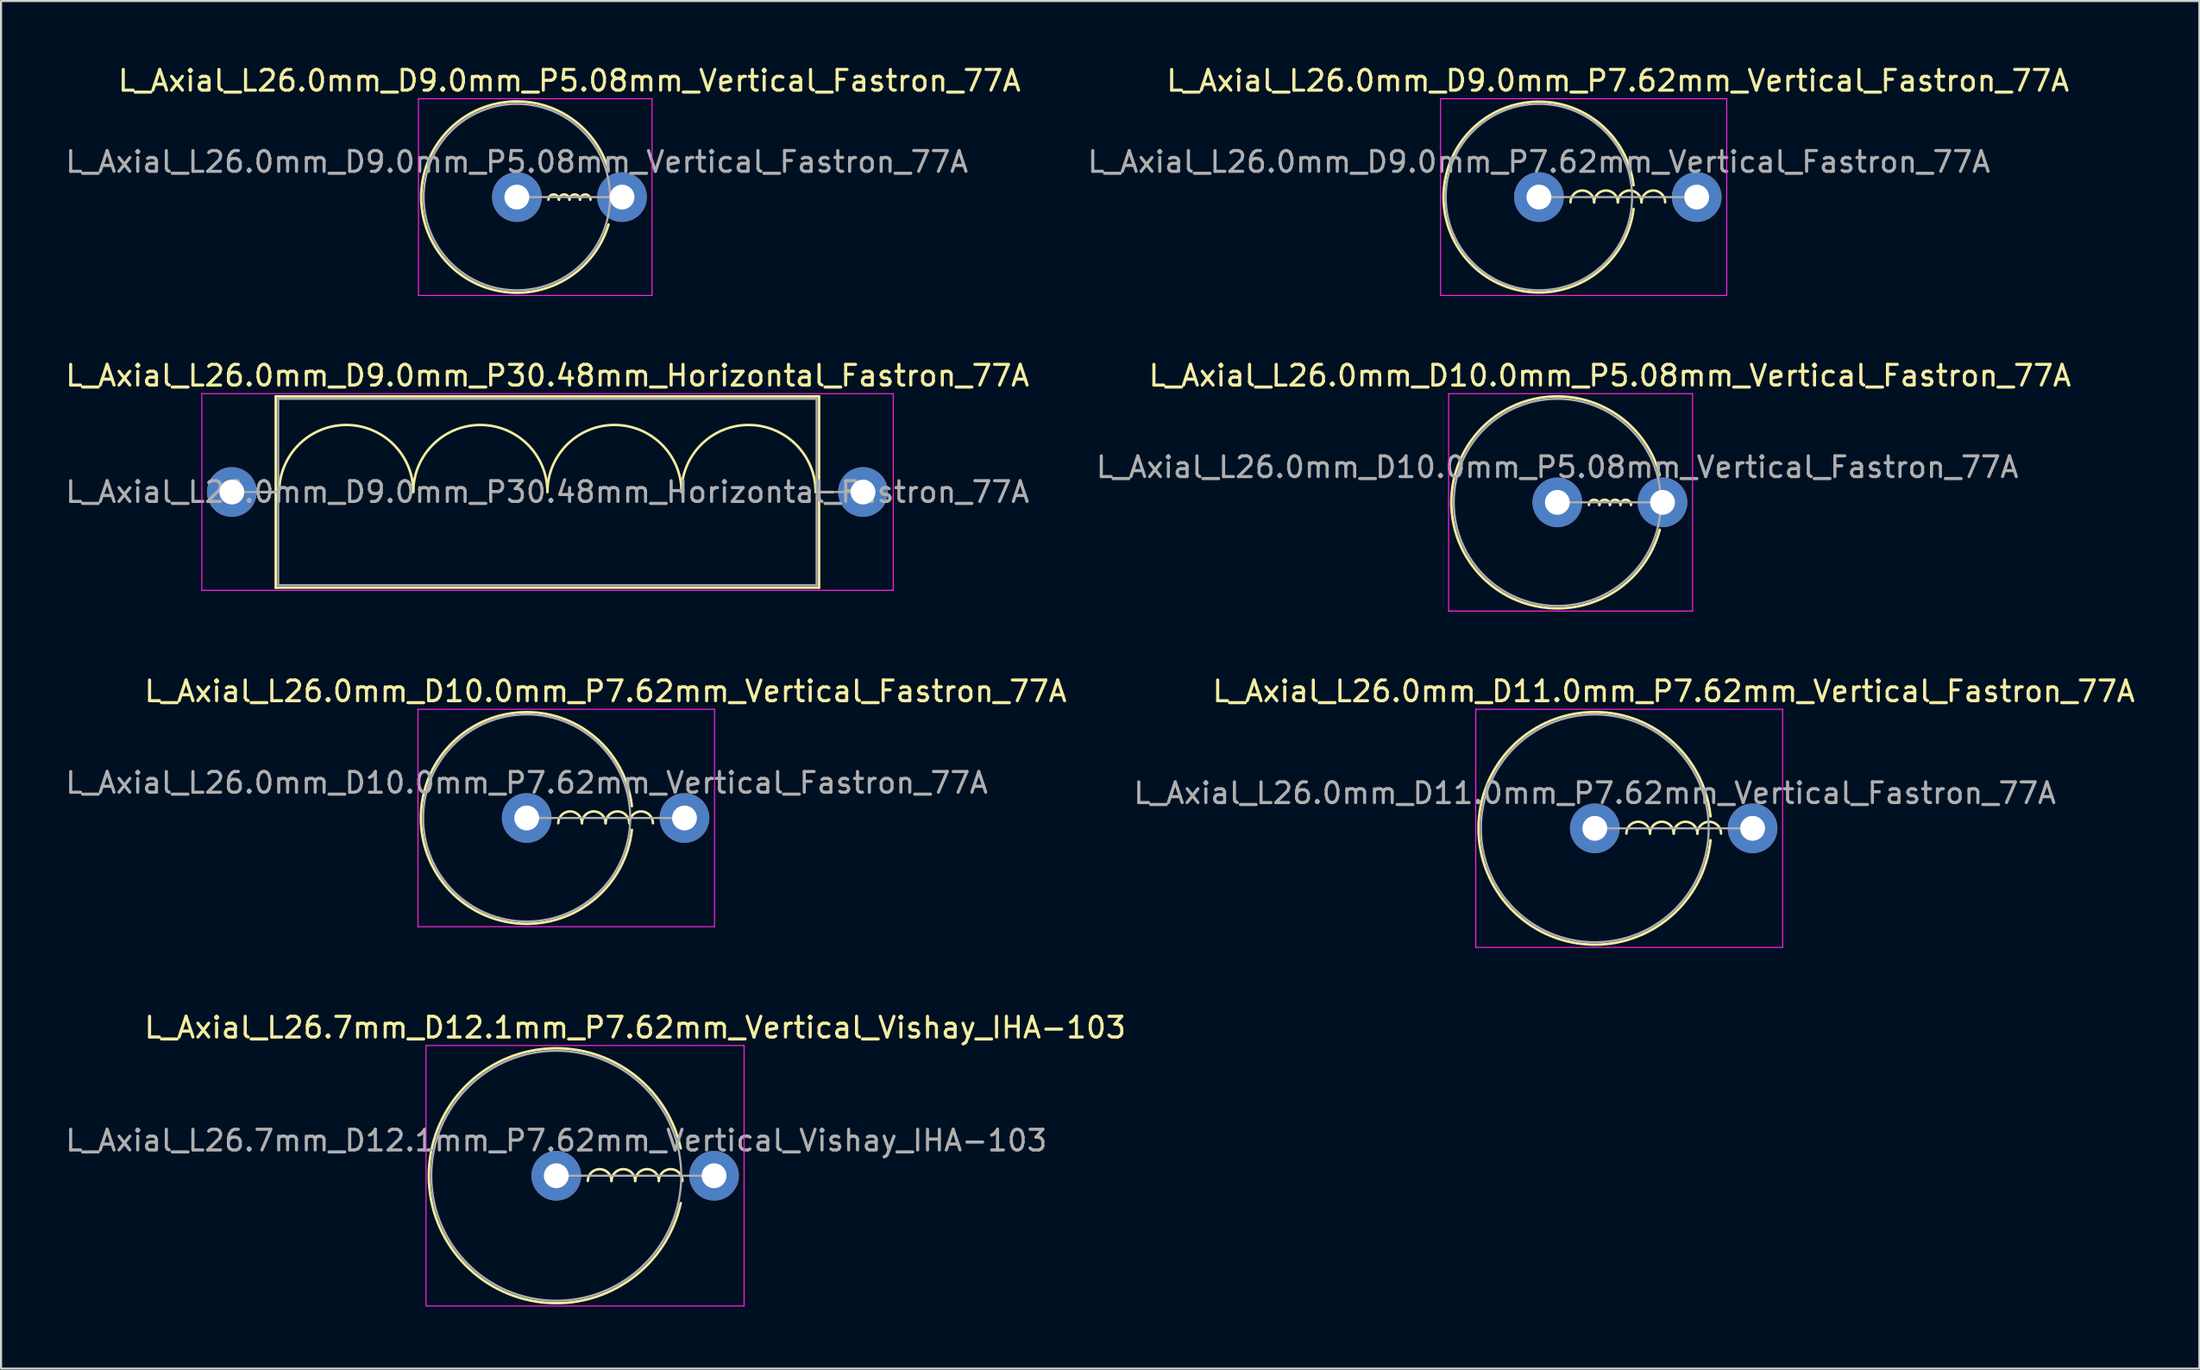
<source format=kicad_pcb>
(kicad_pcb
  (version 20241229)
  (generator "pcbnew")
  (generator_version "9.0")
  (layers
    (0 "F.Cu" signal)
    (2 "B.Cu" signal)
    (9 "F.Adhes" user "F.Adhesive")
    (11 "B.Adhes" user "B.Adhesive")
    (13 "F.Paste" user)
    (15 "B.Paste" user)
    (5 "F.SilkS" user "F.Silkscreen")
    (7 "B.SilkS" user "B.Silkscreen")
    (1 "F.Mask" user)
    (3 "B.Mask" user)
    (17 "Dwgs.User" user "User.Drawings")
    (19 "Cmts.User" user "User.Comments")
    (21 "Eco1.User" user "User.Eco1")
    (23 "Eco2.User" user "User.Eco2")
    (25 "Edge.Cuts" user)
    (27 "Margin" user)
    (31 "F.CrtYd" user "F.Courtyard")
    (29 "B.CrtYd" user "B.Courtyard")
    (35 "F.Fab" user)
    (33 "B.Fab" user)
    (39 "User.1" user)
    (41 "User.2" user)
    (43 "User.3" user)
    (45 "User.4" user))
  (footprint "L_Axial_L26.0mm_D9.0mm_P5.08mm_Vertical_Fastron_77A"
    (layer "F.Cu")
    (at 21.911 6.468)
    (property "Reference" "L_Axial_L26.0mm_D9.0mm_P5.08mm_Vertical_Fastron_77A" (at 2.54 -5.62 0) (layer "F.SilkS") (effects (font (size 1 1) (thickness 0.15))))
    (attr through_hole)
    (fp_arc (start 1.524 0.127) (mid 1.778 -0.127) (end 2.032 0.127) (stroke (width 0.12) (type solid)) (layer "F.SilkS"))
    (fp_arc (start 2.032 0.127) (mid 2.286 -0.127) (end 2.54 0.127) (stroke (width 0.12) (type solid)) (layer "F.SilkS"))
    (fp_arc (start 2.54 0.127) (mid 2.794 -0.127) (end 3.048 0.127) (stroke (width 0.12) (type solid)) (layer "F.SilkS"))
    (fp_arc (start 3.048 0.127) (mid 3.302 -0.127) (end 3.556 0.127) (stroke (width 0.12) (type solid)) (layer "F.SilkS"))
    (fp_arc (start 4.427415 1.32) (mid -4.62 0) (end 4.427415 -1.32) (stroke (width 0.12) (type solid)) (layer "F.SilkS"))
    (fp_line (start -4.75 -4.75) (end -4.75 4.75) (stroke (width 0.05) (type solid)) (layer "F.CrtYd"))
    (fp_line (start -4.75 4.75) (end 6.53 4.75) (stroke (width 0.05) (type solid)) (layer "F.CrtYd"))
    (fp_line (start 6.53 -4.75) (end -4.75 -4.75) (stroke (width 0.05) (type solid)) (layer "F.CrtYd"))
    (fp_line (start 6.53 4.75) (end 6.53 -4.75) (stroke (width 0.05) (type solid)) (layer "F.CrtYd"))
    (fp_line (start 0 0) (end 5.08 0) (stroke (width 0.1) (type solid)) (layer "F.Fab"))
    (fp_circle (center 0 0) (end 4.5 0) (stroke (width 0.1) (type solid)) (fill no) (layer "F.Fab"))
    (fp_text user "${REFERENCE}" (at 0 -1.7 0) (layer "F.Fab") (effects (font (size 1 1) (thickness 0.15))))
    (pad "1" thru_hole circle (at 0 0) (size 2.4 2.4) (drill 1.2) (layers "*.Cu" "*.Mask"))
    (pad "2" thru_hole oval (at 5.08 0) (size 2.4 2.4) (drill 1.2) (layers "*.Cu" "*.Mask")))
  (footprint "L_Axial_L26.7mm_D12.1mm_P7.62mm_Vertical_Vishay_IHA-103"
    (layer "F.Cu")
    (at 23.815 53.733)
    (property "Reference" "L_Axial_L26.7mm_D12.1mm_P7.62mm_Vertical_Vishay_IHA-103" (at 3.81 -7.155 0) (layer "F.SilkS") (effects (font (size 1 1) (thickness 0.15))))
    (attr through_hole)
    (fp_arc (start 1.524 0.254) (mid 2.0955 -0.3175) (end 2.667 0.254) (stroke (width 0.12) (type solid)) (layer "F.SilkS"))
    (fp_arc (start 2.667 0.254) (mid 3.2385 -0.3175) (end 3.81 0.254) (stroke (width 0.12) (type solid)) (layer "F.SilkS"))
    (fp_arc (start 3.81 0.254) (mid 4.3815 -0.3175) (end 4.953 0.254) (stroke (width 0.12) (type solid)) (layer "F.SilkS"))
    (fp_arc (start 4.953 0.254) (mid 5.5245 -0.3175) (end 6.096 0.254) (stroke (width 0.12) (type solid)) (layer "F.SilkS"))
    (fp_arc (start 6.01179 1.32) (mid -6.155 0) (end 6.01179 -1.32) (stroke (width 0.12) (type solid)) (layer "F.SilkS"))
    (fp_line (start -6.29 -6.29) (end -6.29 6.29) (stroke (width 0.05) (type solid)) (layer "F.CrtYd"))
    (fp_line (start -6.29 6.29) (end 9.07 6.29) (stroke (width 0.05) (type solid)) (layer "F.CrtYd"))
    (fp_line (start 9.07 -6.29) (end -6.29 -6.29) (stroke (width 0.05) (type solid)) (layer "F.CrtYd"))
    (fp_line (start 9.07 6.29) (end 9.07 -6.29) (stroke (width 0.05) (type solid)) (layer "F.CrtYd"))
    (fp_line (start 0 0) (end 7.62 0) (stroke (width 0.1) (type solid)) (layer "F.Fab"))
    (fp_circle (center 0 0) (end 6.035 0) (stroke (width 0.1) (type solid)) (fill no) (layer "F.Fab"))
    (fp_text user "${REFERENCE}" (at 0 -1.7 0) (layer "F.Fab") (effects (font (size 1 1) (thickness 0.15))))
    (pad "1" thru_hole circle (at 0 0) (size 2.4 2.4) (drill 1.2) (layers "*.Cu" "*.Mask"))
    (pad "2" thru_hole oval (at 7.62 0) (size 2.4 2.4) (drill 1.2) (layers "*.Cu" "*.Mask")))
  (footprint "L_Axial_L26.0mm_D10.0mm_P5.08mm_Vertical_Fastron_77A"
    (layer "F.Cu")
    (at 72.161 21.212)
    (property "Reference" "L_Axial_L26.0mm_D10.0mm_P5.08mm_Vertical_Fastron_77A" (at 2.54 -6.12 0) (layer "F.SilkS") (effects (font (size 1 1) (thickness 0.15))))
    (attr through_hole)
    (fp_arc (start 1.524 0.127) (mid 1.778 -0.127) (end 2.032 0.127) (stroke (width 0.12) (type solid)) (layer "F.SilkS"))
    (fp_arc (start 2.032 0.127) (mid 2.286 -0.127) (end 2.54 0.127) (stroke (width 0.12) (type solid)) (layer "F.SilkS"))
    (fp_arc (start 2.54 0.127) (mid 2.794 -0.127) (end 3.048 0.127) (stroke (width 0.12) (type solid)) (layer "F.SilkS"))
    (fp_arc (start 3.048 0.127) (mid 3.302 -0.127) (end 3.556 0.127) (stroke (width 0.12) (type solid)) (layer "F.SilkS"))
    (fp_arc (start 4.946918 1.32) (mid -5.12 0) (end 4.946918 -1.32) (stroke (width 0.12) (type solid)) (layer "F.SilkS"))
    (fp_line (start -5.25 -5.25) (end -5.25 5.25) (stroke (width 0.05) (type solid)) (layer "F.CrtYd"))
    (fp_line (start -5.25 5.25) (end 6.53 5.25) (stroke (width 0.05) (type solid)) (layer "F.CrtYd"))
    (fp_line (start 6.53 -5.25) (end -5.25 -5.25) (stroke (width 0.05) (type solid)) (layer "F.CrtYd"))
    (fp_line (start 6.53 5.25) (end 6.53 -5.25) (stroke (width 0.05) (type solid)) (layer "F.CrtYd"))
    (fp_line (start 0 0) (end 5.08 0) (stroke (width 0.1) (type solid)) (layer "F.Fab"))
    (fp_circle (center 0 0) (end 5 0) (stroke (width 0.1) (type solid)) (fill no) (layer "F.Fab"))
    (fp_text user "${REFERENCE}" (at 0 -1.7 0) (layer "F.Fab") (effects (font (size 1 1) (thickness 0.15))))
    (pad "1" thru_hole circle (at 0 0) (size 2.4 2.4) (drill 1.2) (layers "*.Cu" "*.Mask"))
    (pad "2" thru_hole oval (at 5.08 0) (size 2.4 2.4) (drill 1.2) (layers "*.Cu" "*.Mask")))
  (footprint "L_Axial_L26.0mm_D10.0mm_P7.62mm_Vertical_Fastron_77A"
    (layer "F.Cu")
    (at 22.387 36.455)
    (property "Reference" "L_Axial_L26.0mm_D10.0mm_P7.62mm_Vertical_Fastron_77A" (at 3.81 -6.12 0) (layer "F.SilkS") (effects (font (size 1 1) (thickness 0.15))))
    (attr through_hole)
    (fp_arc (start 1.524 0.254) (mid 2.0955 -0.3175) (end 2.667 0.254) (stroke (width 0.12) (type solid)) (layer "F.SilkS"))
    (fp_arc (start 2.667 0.254) (mid 3.2385 -0.3175) (end 3.81 0.254) (stroke (width 0.12) (type solid)) (layer "F.SilkS"))
    (fp_arc (start 3.81 0.254) (mid 4.3815 -0.3175) (end 4.953 0.254) (stroke (width 0.12) (type solid)) (layer "F.SilkS"))
    (fp_arc (start 4.953 0.254) (mid 5.5245 -0.3175) (end 6.096 0.254) (stroke (width 0.12) (type solid)) (layer "F.SilkS"))
    (fp_arc (start 5.08 0.5715) (mid -5.112046 0) (end 5.08 -0.5715) (stroke (width 0.12) (type solid)) (layer "F.SilkS"))
    (fp_line (start -5.25 -5.25) (end -5.25 5.25) (stroke (width 0.05) (type solid)) (layer "F.CrtYd"))
    (fp_line (start -5.25 5.25) (end 9.07 5.25) (stroke (width 0.05) (type solid)) (layer "F.CrtYd"))
    (fp_line (start 9.07 -5.25) (end -5.25 -5.25) (stroke (width 0.05) (type solid)) (layer "F.CrtYd"))
    (fp_line (start 9.07 5.25) (end 9.07 -5.25) (stroke (width 0.05) (type solid)) (layer "F.CrtYd"))
    (fp_line (start 0 0) (end 7.62 0) (stroke (width 0.1) (type solid)) (layer "F.Fab"))
    (fp_circle (center 0 0) (end 5 0) (stroke (width 0.1) (type solid)) (fill no) (layer "F.Fab"))
    (fp_text user "${REFERENCE}" (at 0 -1.7 0) (layer "F.Fab") (effects (font (size 1 1) (thickness 0.15))))
    (pad "1" thru_hole circle (at 0 0) (size 2.4 2.4) (drill 1.2) (layers "*.Cu" "*.Mask"))
    (pad "2" thru_hole oval (at 7.62 0) (size 2.4 2.4) (drill 1.2) (layers "*.Cu" "*.Mask")))
  (footprint "L_Axial_L26.0mm_D9.0mm_P7.62mm_Vertical_Fastron_77A"
    (layer "F.Cu")
    (at 71.272 6.468)
    (property "Reference" "L_Axial_L26.0mm_D9.0mm_P7.62mm_Vertical_Fastron_77A" (at 3.81 -5.62 0) (layer "F.SilkS") (effects (font (size 1 1) (thickness 0.15))))
    (attr through_hole)
    (fp_arc (start 1.524 0.254) (mid 2.0955 -0.3175) (end 2.667 0.254) (stroke (width 0.12) (type solid)) (layer "F.SilkS"))
    (fp_arc (start 2.667 0.254) (mid 3.2385 -0.3175) (end 3.81 0.254) (stroke (width 0.12) (type solid)) (layer "F.SilkS"))
    (fp_arc (start 3.81 0.254) (mid 4.3815 -0.3175) (end 4.953 0.254) (stroke (width 0.12) (type solid)) (layer "F.SilkS"))
    (fp_arc (start 4.572 0.5715) (mid -4.60758 0) (end 4.572 -0.5715) (stroke (width 0.12) (type solid)) (layer "F.SilkS"))
    (fp_arc (start 4.953 0.254) (mid 5.5245 -0.3175) (end 6.096 0.254) (stroke (width 0.12) (type solid)) (layer "F.SilkS"))
    (fp_line (start -4.75 -4.75) (end -4.75 4.75) (stroke (width 0.05) (type solid)) (layer "F.CrtYd"))
    (fp_line (start -4.75 4.75) (end 9.07 4.75) (stroke (width 0.05) (type solid)) (layer "F.CrtYd"))
    (fp_line (start 9.07 -4.75) (end -4.75 -4.75) (stroke (width 0.05) (type solid)) (layer "F.CrtYd"))
    (fp_line (start 9.07 4.75) (end 9.07 -4.75) (stroke (width 0.05) (type solid)) (layer "F.CrtYd"))
    (fp_line (start 0 0) (end 7.62 0) (stroke (width 0.1) (type solid)) (layer "F.Fab"))
    (fp_circle (center 0 0) (end 4.5 0) (stroke (width 0.1) (type solid)) (fill no) (layer "F.Fab"))
    (fp_text user "${REFERENCE}" (at 0 -1.7 0) (layer "F.Fab") (effects (font (size 1 1) (thickness 0.15))))
    (pad "1" thru_hole circle (at 0 0) (size 2.4 2.4) (drill 1.2) (layers "*.Cu" "*.Mask"))
    (pad "2" thru_hole oval (at 7.62 0) (size 2.4 2.4) (drill 1.2) (layers "*.Cu" "*.Mask")))
  (footprint "L_Axial_L26.0mm_D9.0mm_P30.48mm_Horizontal_Fastron_77A"
    (layer "F.Cu")
    (at 8.147 20.712)
    (property "Reference" "L_Axial_L26.0mm_D9.0mm_P30.48mm_Horizontal_Fastron_77A" (at 15.24 -5.62 0) (layer "F.SilkS") (effects (font (size 1 1) (thickness 0.15))))
    (attr through_hole)
    (fp_line (start 1.44 0) (end 2.12 0) (stroke (width 0.12) (type solid)) (layer "F.SilkS"))
    (fp_line (start 2.12 -4.62) (end 2.12 4.62) (stroke (width 0.12) (type solid)) (layer "F.SilkS"))
    (fp_line (start 2.12 4.62) (end 28.36 4.62) (stroke (width 0.12) (type solid)) (layer "F.SilkS"))
    (fp_line (start 2.286 0) (end 2.12 0) (stroke (width 0.12) (type solid)) (layer "F.SilkS"))
    (fp_line (start 28.194 0) (end 28.321 0) (stroke (width 0.12) (type solid)) (layer "F.SilkS"))
    (fp_line (start 28.321 0) (end 28.36 0) (stroke (width 0.12) (type solid)) (layer "F.SilkS"))
    (fp_line (start 28.36 -4.62) (end 2.12 -4.62) (stroke (width 0.12) (type solid)) (layer "F.SilkS"))
    (fp_line (start 28.36 4.62) (end 28.36 -4.62) (stroke (width 0.12) (type solid)) (layer "F.SilkS"))
    (fp_line (start 29.04 0) (end 28.36 0) (stroke (width 0.12) (type solid)) (layer "F.SilkS"))
    (fp_arc (start 2.286 0) (mid 5.5245 -3.2385) (end 8.763 0) (stroke (width 0.12) (type solid)) (layer "F.SilkS"))
    (fp_arc (start 8.763 0) (mid 12.0015 -3.2385) (end 15.24 0) (stroke (width 0.12) (type solid)) (layer "F.SilkS"))
    (fp_arc (start 15.24 0) (mid 18.4785 -3.2385) (end 21.717 0) (stroke (width 0.12) (type solid)) (layer "F.SilkS"))
    (fp_arc (start 21.717 0) (mid 24.9555 -3.2385) (end 28.194 0) (stroke (width 0.12) (type solid)) (layer "F.SilkS"))
    (fp_line (start -1.45 -4.75) (end -1.45 4.75) (stroke (width 0.05) (type solid)) (layer "F.CrtYd"))
    (fp_line (start -1.45 4.75) (end 31.94 4.75) (stroke (width 0.05) (type solid)) (layer "F.CrtYd"))
    (fp_line (start 31.94 -4.75) (end -1.45 -4.75) (stroke (width 0.05) (type solid)) (layer "F.CrtYd"))
    (fp_line (start 31.94 4.75) (end 31.94 -4.75) (stroke (width 0.05) (type solid)) (layer "F.CrtYd"))
    (fp_line (start 0 0) (end 2.24 0) (stroke (width 0.1) (type solid)) (layer "F.Fab"))
    (fp_line (start 2.24 -4.5) (end 2.24 4.5) (stroke (width 0.1) (type solid)) (layer "F.Fab"))
    (fp_line (start 2.24 4.5) (end 28.24 4.5) (stroke (width 0.1) (type solid)) (layer "F.Fab"))
    (fp_line (start 28.24 -4.5) (end 2.24 -4.5) (stroke (width 0.1) (type solid)) (layer "F.Fab"))
    (fp_line (start 28.24 4.5) (end 28.24 -4.5) (stroke (width 0.1) (type solid)) (layer "F.Fab"))
    (fp_line (start 30.48 0) (end 28.24 0) (stroke (width 0.1) (type solid)) (layer "F.Fab"))
    (fp_text user "${REFERENCE}" (at 15.24 0 0) (layer "F.Fab") (effects (font (size 1 1) (thickness 0.15))))
    (pad "1" thru_hole circle (at 0 0) (size 2.4 2.4) (drill 1.2) (layers "*.Cu" "*.Mask"))
    (pad "2" thru_hole oval (at 30.48 0) (size 2.4 2.4) (drill 1.2) (layers "*.Cu" "*.Mask")))
  (footprint "L_Axial_L26.0mm_D11.0mm_P7.62mm_Vertical_Fastron_77A"
    (layer "F.Cu")
    (at 73.971 36.955)
    (property "Reference" "L_Axial_L26.0mm_D11.0mm_P7.62mm_Vertical_Fastron_77A" (at 3.81 -6.62 0) (layer "F.SilkS") (effects (font (size 1 1) (thickness 0.15))))
    (attr through_hole)
    (fp_arc (start 1.524 0.254) (mid 2.0955 -0.3175) (end 2.667 0.254) (stroke (width 0.12) (type solid)) (layer "F.SilkS"))
    (fp_arc (start 2.667 0.254) (mid 3.2385 -0.3175) (end 3.81 0.254) (stroke (width 0.12) (type solid)) (layer "F.SilkS"))
    (fp_arc (start 3.81 0.254) (mid 4.3815 -0.3175) (end 4.953 0.254) (stroke (width 0.12) (type solid)) (layer "F.SilkS"))
    (fp_arc (start 4.953 0.254) (mid 5.5245 -0.3175) (end 6.096 0.254) (stroke (width 0.12) (type solid)) (layer "F.SilkS"))
    (fp_arc (start 5.588 0.5715) (mid -5.617148 0) (end 5.588 -0.5715) (stroke (width 0.12) (type solid)) (layer "F.SilkS"))
    (fp_line (start -5.75 -5.75) (end -5.75 5.75) (stroke (width 0.05) (type solid)) (layer "F.CrtYd"))
    (fp_line (start -5.75 5.75) (end 9.07 5.75) (stroke (width 0.05) (type solid)) (layer "F.CrtYd"))
    (fp_line (start 9.07 -5.75) (end -5.75 -5.75) (stroke (width 0.05) (type solid)) (layer "F.CrtYd"))
    (fp_line (start 9.07 5.75) (end 9.07 -5.75) (stroke (width 0.05) (type solid)) (layer "F.CrtYd"))
    (fp_line (start 0 0) (end 7.62 0) (stroke (width 0.1) (type solid)) (layer "F.Fab"))
    (fp_circle (center 0 0) (end 5.5 0) (stroke (width 0.1) (type solid)) (fill no) (layer "F.Fab"))
    (fp_text user "${REFERENCE}" (at 0 -1.7 0) (layer "F.Fab") (effects (font (size 1 1) (thickness 0.15))))
    (pad "1" thru_hole circle (at 0 0) (size 2.4 2.4) (drill 1.2) (layers "*.Cu" "*.Mask"))
    (pad "2" thru_hole oval (at 7.62 0) (size 2.4 2.4) (drill 1.2) (layers "*.Cu" "*.Mask")))
  (gr_rect
    (start -3 -3)
    (end 103.168 63.048)
    (stroke (width 0.1) (type default))
    (fill no)
    (layer "Edge.Cuts")))
</source>
